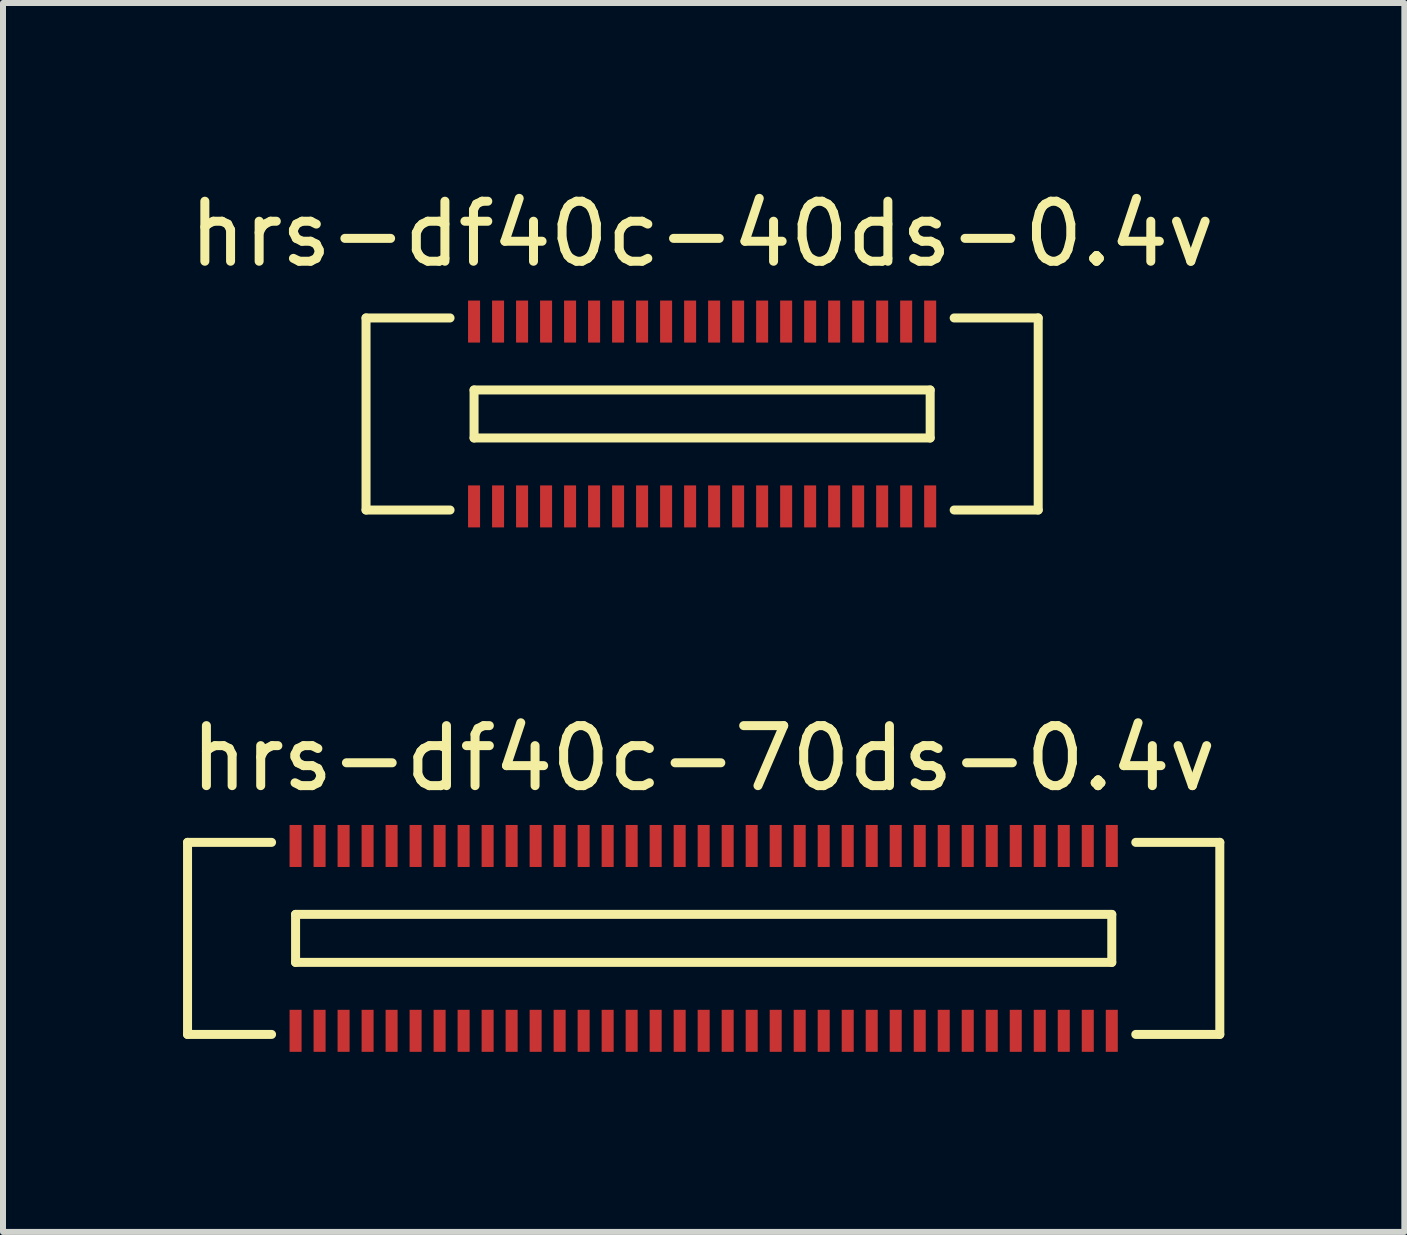
<source format=kicad_pcb>
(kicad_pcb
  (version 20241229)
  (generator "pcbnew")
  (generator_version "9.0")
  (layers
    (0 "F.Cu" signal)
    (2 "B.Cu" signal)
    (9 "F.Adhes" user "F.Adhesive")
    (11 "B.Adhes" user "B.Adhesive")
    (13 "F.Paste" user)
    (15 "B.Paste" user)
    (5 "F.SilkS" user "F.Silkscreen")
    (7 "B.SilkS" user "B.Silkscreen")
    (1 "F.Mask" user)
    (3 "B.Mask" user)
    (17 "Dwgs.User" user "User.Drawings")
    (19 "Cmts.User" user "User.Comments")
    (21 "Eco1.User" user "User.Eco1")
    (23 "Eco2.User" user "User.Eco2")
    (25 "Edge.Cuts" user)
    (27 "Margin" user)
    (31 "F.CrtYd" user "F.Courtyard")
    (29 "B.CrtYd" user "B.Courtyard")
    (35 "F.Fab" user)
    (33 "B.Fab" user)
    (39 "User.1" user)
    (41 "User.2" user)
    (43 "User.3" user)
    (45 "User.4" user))
  (footprint "hrs-df40c-40ds-0.4v"
    (layer "F.Cu")
    (at 8.649 3.848)
    (property "Reference" "hrs-df40c-40ds-0.4v" (at 0 -3 0) (layer "F.SilkS") (effects (font (size 1 1) (thickness 0.15))))
    (attr through_hole)
    (fp_line (start -5.6 -1.6) (end -5.6 1.6) (stroke (width 0.15) (type solid)) (layer "F.SilkS"))
    (fp_line (start -5.6 1.6) (end -4.2 1.6) (stroke (width 0.15) (type solid)) (layer "F.SilkS"))
    (fp_line (start -4.2 -1.6) (end -5.6 -1.6) (stroke (width 0.15) (type solid)) (layer "F.SilkS"))
    (fp_line (start -3.8 -0.4) (end -3.8 0.4) (stroke (width 0.15) (type solid)) (layer "F.SilkS"))
    (fp_line (start -3.8 0.4) (end 3.8 0.4) (stroke (width 0.15) (type solid)) (layer "F.SilkS"))
    (fp_line (start 3.8 -0.4) (end -3.8 -0.4) (stroke (width 0.15) (type solid)) (layer "F.SilkS"))
    (fp_line (start 3.8 0.4) (end 3.8 -0.4) (stroke (width 0.15) (type solid)) (layer "F.SilkS"))
    (fp_line (start 4.2 -1.6) (end 5.6 -1.6) (stroke (width 0.15) (type solid)) (layer "F.SilkS"))
    (fp_line (start 5.6 -1.6) (end 5.6 1.6) (stroke (width 0.15) (type solid)) (layer "F.SilkS"))
    (fp_line (start 5.6 1.6) (end 4.2 1.6) (stroke (width 0.15) (type solid)) (layer "F.SilkS"))
    (pad "1" smd rect (at 3.8 1.54) (size 0.2 0.7) (layers "F.Cu" "F.Mask" "F.Paste"))
    (pad "2" smd rect (at 3.4 1.54) (size 0.2 0.7) (layers "F.Cu" "F.Mask" "F.Paste"))
    (pad "3" smd rect (at 3 1.54) (size 0.2 0.7) (layers "F.Cu" "F.Mask" "F.Paste"))
    (pad "4" smd rect (at 2.6 1.54) (size 0.2 0.7) (layers "F.Cu" "F.Mask" "F.Paste"))
    (pad "5" smd rect (at 2.2 1.54) (size 0.2 0.7) (layers "F.Cu" "F.Mask" "F.Paste"))
    (pad "6" smd rect (at 1.8 1.54) (size 0.2 0.7) (layers "F.Cu" "F.Mask" "F.Paste"))
    (pad "7" smd rect (at 1.4 1.54) (size 0.2 0.7) (layers "F.Cu" "F.Mask" "F.Paste"))
    (pad "8" smd rect (at 1 1.54) (size 0.2 0.7) (layers "F.Cu" "F.Mask" "F.Paste"))
    (pad "9" smd rect (at 0.6 1.54) (size 0.2 0.7) (layers "F.Cu" "F.Mask" "F.Paste"))
    (pad "10" smd rect (at 0.2 1.54) (size 0.2 0.7) (layers "F.Cu" "F.Mask" "F.Paste"))
    (pad "11" smd rect (at -0.2 1.54) (size 0.2 0.7) (layers "F.Cu" "F.Mask" "F.Paste"))
    (pad "12" smd rect (at -0.6 1.54) (size 0.2 0.7) (layers "F.Cu" "F.Mask" "F.Paste"))
    (pad "13" smd rect (at -1 1.54) (size 0.2 0.7) (layers "F.Cu" "F.Mask" "F.Paste"))
    (pad "14" smd rect (at -1.4 1.54) (size 0.2 0.7) (layers "F.Cu" "F.Mask" "F.Paste"))
    (pad "15" smd rect (at -1.8 1.54) (size 0.2 0.7) (layers "F.Cu" "F.Mask" "F.Paste"))
    (pad "16" smd rect (at -2.2 1.54) (size 0.2 0.7) (layers "F.Cu" "F.Mask" "F.Paste"))
    (pad "17" smd rect (at -2.6 1.54) (size 0.2 0.7) (layers "F.Cu" "F.Mask" "F.Paste"))
    (pad "18" smd rect (at -3 1.54) (size 0.2 0.7) (layers "F.Cu" "F.Mask" "F.Paste"))
    (pad "19" smd rect (at -3.4 1.54) (size 0.2 0.7) (layers "F.Cu" "F.Mask" "F.Paste"))
    (pad "20" smd rect (at -3.8 1.54) (size 0.2 0.7) (layers "F.Cu" "F.Mask" "F.Paste"))
    (pad "21" smd rect (at 3.8 -1.54) (size 0.2 0.7) (layers "F.Cu" "F.Mask" "F.Paste"))
    (pad "22" smd rect (at 3.4 -1.54) (size 0.2 0.7) (layers "F.Cu" "F.Mask" "F.Paste"))
    (pad "23" smd rect (at 3 -1.54) (size 0.2 0.7) (layers "F.Cu" "F.Mask" "F.Paste"))
    (pad "24" smd rect (at 2.6 -1.54) (size 0.2 0.7) (layers "F.Cu" "F.Mask" "F.Paste"))
    (pad "25" smd rect (at 2.2 -1.54) (size 0.2 0.7) (layers "F.Cu" "F.Mask" "F.Paste"))
    (pad "26" smd rect (at 1.8 -1.54) (size 0.2 0.7) (layers "F.Cu" "F.Mask" "F.Paste"))
    (pad "27" smd rect (at 1.4 -1.54) (size 0.2 0.7) (layers "F.Cu" "F.Mask" "F.Paste"))
    (pad "28" smd rect (at 1 -1.54) (size 0.2 0.7) (layers "F.Cu" "F.Mask" "F.Paste"))
    (pad "29" smd rect (at 0.6 -1.54) (size 0.2 0.7) (layers "F.Cu" "F.Mask" "F.Paste"))
    (pad "30" smd rect (at 0.2 -1.54) (size 0.2 0.7) (layers "F.Cu" "F.Mask" "F.Paste"))
    (pad "31" smd rect (at -0.2 -1.54) (size 0.2 0.7) (layers "F.Cu" "F.Mask" "F.Paste"))
    (pad "32" smd rect (at -0.6 -1.54) (size 0.2 0.7) (layers "F.Cu" "F.Mask" "F.Paste"))
    (pad "33" smd rect (at -1 -1.54) (size 0.2 0.7) (layers "F.Cu" "F.Mask" "F.Paste"))
    (pad "34" smd rect (at -1.4 -1.54) (size 0.2 0.7) (layers "F.Cu" "F.Mask" "F.Paste"))
    (pad "35" smd rect (at -1.8 -1.54) (size 0.2 0.7) (layers "F.Cu" "F.Mask" "F.Paste"))
    (pad "36" smd rect (at -2.2 -1.54) (size 0.2 0.7) (layers "F.Cu" "F.Mask" "F.Paste"))
    (pad "37" smd rect (at -2.6 -1.54) (size 0.2 0.7) (layers "F.Cu" "F.Mask" "F.Paste"))
    (pad "38" smd rect (at -3 -1.54) (size 0.2 0.7) (layers "F.Cu" "F.Mask" "F.Paste"))
    (pad "39" smd rect (at -3.4 -1.54) (size 0.2 0.7) (layers "F.Cu" "F.Mask" "F.Paste"))
    (pad "40" smd rect (at -3.8 -1.54) (size 0.2 0.7) (layers "F.Cu" "F.Mask" "F.Paste")))
  (footprint "hrs-df40c-70ds-0.4v"
    (layer "F.Cu")
    (at 8.675 12.586)
    (property "Reference" "hrs-df40c-70ds-0.4v" (at 0 -3 0) (layer "F.SilkS") (effects (font (size 1 1) (thickness 0.15))))
    (attr through_hole)
    (fp_line (start -8.6 -1.6) (end -8.6 1.6) (stroke (width 0.15) (type solid)) (layer "F.SilkS"))
    (fp_line (start -8.6 1.6) (end -7.2 1.6) (stroke (width 0.15) (type solid)) (layer "F.SilkS"))
    (fp_line (start -7.2 -1.6) (end -8.6 -1.6) (stroke (width 0.15) (type solid)) (layer "F.SilkS"))
    (fp_line (start -6.8 -0.4) (end -6.8 0.4) (stroke (width 0.15) (type solid)) (layer "F.SilkS"))
    (fp_line (start -6.8 -0.4) (end 6.8 -0.4) (stroke (width 0.15) (type solid)) (layer "F.SilkS"))
    (fp_line (start 6.8 0.4) (end -6.8 0.4) (stroke (width 0.15) (type solid)) (layer "F.SilkS"))
    (fp_line (start 6.8 0.4) (end 6.8 -0.4) (stroke (width 0.15) (type solid)) (layer "F.SilkS"))
    (fp_line (start 7.2 -1.6) (end 8.6 -1.6) (stroke (width 0.15) (type solid)) (layer "F.SilkS"))
    (fp_line (start 8.6 -1.6) (end 8.6 1.6) (stroke (width 0.15) (type solid)) (layer "F.SilkS"))
    (fp_line (start 8.6 1.6) (end 7.2 1.6) (stroke (width 0.15) (type solid)) (layer "F.SilkS"))
    (pad "1" smd rect (at 6.8 1.54) (size 0.2 0.7) (layers "F.Cu" "F.Mask" "F.Paste"))
    (pad "2" smd rect (at 6.4 1.54) (size 0.2 0.7) (layers "F.Cu" "F.Mask" "F.Paste"))
    (pad "3" smd rect (at 6 1.54) (size 0.2 0.7) (layers "F.Cu" "F.Mask" "F.Paste"))
    (pad "4" smd rect (at 5.6 1.54) (size 0.2 0.7) (layers "F.Cu" "F.Mask" "F.Paste"))
    (pad "5" smd rect (at 5.2 1.54) (size 0.2 0.7) (layers "F.Cu" "F.Mask" "F.Paste"))
    (pad "6" smd rect (at 4.8 1.54) (size 0.2 0.7) (layers "F.Cu" "F.Mask" "F.Paste"))
    (pad "7" smd rect (at 4.4 1.54) (size 0.2 0.7) (layers "F.Cu" "F.Mask" "F.Paste"))
    (pad "8" smd rect (at 4 1.54) (size 0.2 0.7) (layers "F.Cu" "F.Mask" "F.Paste"))
    (pad "9" smd rect (at 3.6 1.54) (size 0.2 0.7) (layers "F.Cu" "F.Mask" "F.Paste"))
    (pad "10" smd rect (at 3.2 1.54) (size 0.2 0.7) (layers "F.Cu" "F.Mask" "F.Paste"))
    (pad "11" smd rect (at 2.8 1.54) (size 0.2 0.7) (layers "F.Cu" "F.Mask" "F.Paste"))
    (pad "12" smd rect (at 2.4 1.54) (size 0.2 0.7) (layers "F.Cu" "F.Mask" "F.Paste"))
    (pad "13" smd rect (at 2 1.54) (size 0.2 0.7) (layers "F.Cu" "F.Mask" "F.Paste"))
    (pad "14" smd rect (at 1.6 1.54) (size 0.2 0.7) (layers "F.Cu" "F.Mask" "F.Paste"))
    (pad "15" smd rect (at 1.2 1.54) (size 0.2 0.7) (layers "F.Cu" "F.Mask" "F.Paste"))
    (pad "16" smd rect (at 0.8 1.54) (size 0.2 0.7) (layers "F.Cu" "F.Mask" "F.Paste"))
    (pad "17" smd rect (at 0.4 1.54) (size 0.2 0.7) (layers "F.Cu" "F.Mask" "F.Paste"))
    (pad "18" smd rect (at 0 1.54) (size 0.2 0.7) (layers "F.Cu" "F.Mask" "F.Paste"))
    (pad "19" smd rect (at -0.4 1.54) (size 0.2 0.7) (layers "F.Cu" "F.Mask" "F.Paste"))
    (pad "20" smd rect (at -0.8 1.54) (size 0.2 0.7) (layers "F.Cu" "F.Mask" "F.Paste"))
    (pad "21" smd rect (at -1.2 1.54) (size 0.2 0.7) (layers "F.Cu" "F.Mask" "F.Paste"))
    (pad "22" smd rect (at -1.6 1.54) (size 0.2 0.7) (layers "F.Cu" "F.Mask" "F.Paste"))
    (pad "23" smd rect (at -2 1.54) (size 0.2 0.7) (layers "F.Cu" "F.Mask" "F.Paste"))
    (pad "24" smd rect (at -2.4 1.54) (size 0.2 0.7) (layers "F.Cu" "F.Mask" "F.Paste"))
    (pad "25" smd rect (at -2.8 1.54) (size 0.2 0.7) (layers "F.Cu" "F.Mask" "F.Paste"))
    (pad "26" smd rect (at -3.2 1.54) (size 0.2 0.7) (layers "F.Cu" "F.Mask" "F.Paste"))
    (pad "27" smd rect (at -3.6 1.54) (size 0.2 0.7) (layers "F.Cu" "F.Mask" "F.Paste"))
    (pad "28" smd rect (at -4 1.54) (size 0.2 0.7) (layers "F.Cu" "F.Mask" "F.Paste"))
    (pad "29" smd rect (at -4.4 1.54) (size 0.2 0.7) (layers "F.Cu" "F.Mask" "F.Paste"))
    (pad "30" smd rect (at -4.8 1.54) (size 0.2 0.7) (layers "F.Cu" "F.Mask" "F.Paste"))
    (pad "31" smd rect (at -5.2 1.54) (size 0.2 0.7) (layers "F.Cu" "F.Mask" "F.Paste"))
    (pad "32" smd rect (at -5.6 1.54) (size 0.2 0.7) (layers "F.Cu" "F.Mask" "F.Paste"))
    (pad "33" smd rect (at -6 1.54) (size 0.2 0.7) (layers "F.Cu" "F.Mask" "F.Paste"))
    (pad "34" smd rect (at -6.4 1.54) (size 0.2 0.7) (layers "F.Cu" "F.Mask" "F.Paste"))
    (pad "35" smd rect (at -6.8 1.54) (size 0.2 0.7) (layers "F.Cu" "F.Mask" "F.Paste"))
    (pad "36" smd rect (at 6.8 -1.54) (size 0.2 0.7) (layers "F.Cu" "F.Mask" "F.Paste"))
    (pad "37" smd rect (at 6.4 -1.54) (size 0.2 0.7) (layers "F.Cu" "F.Mask" "F.Paste"))
    (pad "38" smd rect (at 6 -1.54) (size 0.2 0.7) (layers "F.Cu" "F.Mask" "F.Paste"))
    (pad "39" smd rect (at 5.6 -1.54) (size 0.2 0.7) (layers "F.Cu" "F.Mask" "F.Paste"))
    (pad "40" smd rect (at 5.2 -1.54) (size 0.2 0.7) (layers "F.Cu" "F.Mask" "F.Paste"))
    (pad "41" smd rect (at 4.8 -1.54) (size 0.2 0.7) (layers "F.Cu" "F.Mask" "F.Paste"))
    (pad "42" smd rect (at 4.4 -1.54) (size 0.2 0.7) (layers "F.Cu" "F.Mask" "F.Paste"))
    (pad "43" smd rect (at 4 -1.54) (size 0.2 0.7) (layers "F.Cu" "F.Mask" "F.Paste"))
    (pad "44" smd rect (at 3.6 -1.54) (size 0.2 0.7) (layers "F.Cu" "F.Mask" "F.Paste"))
    (pad "45" smd rect (at 3.2 -1.54) (size 0.2 0.7) (layers "F.Cu" "F.Mask" "F.Paste"))
    (pad "46" smd rect (at 2.8 -1.54) (size 0.2 0.7) (layers "F.Cu" "F.Mask" "F.Paste"))
    (pad "47" smd rect (at 2.4 -1.54) (size 0.2 0.7) (layers "F.Cu" "F.Mask" "F.Paste"))
    (pad "48" smd rect (at 2 -1.54) (size 0.2 0.7) (layers "F.Cu" "F.Mask" "F.Paste"))
    (pad "49" smd rect (at 1.6 -1.54) (size 0.2 0.7) (layers "F.Cu" "F.Mask" "F.Paste"))
    (pad "50" smd rect (at 1.2 -1.54) (size 0.2 0.7) (layers "F.Cu" "F.Mask" "F.Paste"))
    (pad "51" smd rect (at 0.8 -1.54) (size 0.2 0.7) (layers "F.Cu" "F.Mask" "F.Paste"))
    (pad "52" smd rect (at 0.4 -1.54) (size 0.2 0.7) (layers "F.Cu" "F.Mask" "F.Paste"))
    (pad "53" smd rect (at 0 -1.54) (size 0.2 0.7) (layers "F.Cu" "F.Mask" "F.Paste"))
    (pad "54" smd rect (at -0.4 -1.54) (size 0.2 0.7) (layers "F.Cu" "F.Mask" "F.Paste"))
    (pad "55" smd rect (at -0.8 -1.54) (size 0.2 0.7) (layers "F.Cu" "F.Mask" "F.Paste"))
    (pad "56" smd rect (at -1.2 -1.54) (size 0.2 0.7) (layers "F.Cu" "F.Mask" "F.Paste"))
    (pad "57" smd rect (at -1.6 -1.54) (size 0.2 0.7) (layers "F.Cu" "F.Mask" "F.Paste"))
    (pad "58" smd rect (at -2 -1.54) (size 0.2 0.7) (layers "F.Cu" "F.Mask" "F.Paste"))
    (pad "59" smd rect (at -2.4 -1.54) (size 0.2 0.7) (layers "F.Cu" "F.Mask" "F.Paste"))
    (pad "60" smd rect (at -2.8 -1.54) (size 0.2 0.7) (layers "F.Cu" "F.Mask" "F.Paste"))
    (pad "61" smd rect (at -3.2 -1.54) (size 0.2 0.7) (layers "F.Cu" "F.Mask" "F.Paste"))
    (pad "62" smd rect (at -3.6 -1.54) (size 0.2 0.7) (layers "F.Cu" "F.Mask" "F.Paste"))
    (pad "63" smd rect (at -4 -1.54) (size 0.2 0.7) (layers "F.Cu" "F.Mask" "F.Paste"))
    (pad "64" smd rect (at -4.4 -1.54) (size 0.2 0.7) (layers "F.Cu" "F.Mask" "F.Paste"))
    (pad "65" smd rect (at -4.8 -1.54) (size 0.2 0.7) (layers "F.Cu" "F.Mask" "F.Paste"))
    (pad "66" smd rect (at -5.2 -1.54) (size 0.2 0.7) (layers "F.Cu" "F.Mask" "F.Paste"))
    (pad "67" smd rect (at -5.6 -1.54) (size 0.2 0.7) (layers "F.Cu" "F.Mask" "F.Paste"))
    (pad "68" smd rect (at -6 -1.54) (size 0.2 0.7) (layers "F.Cu" "F.Mask" "F.Paste"))
    (pad "69" smd rect (at -6.4 -1.54) (size 0.2 0.7) (layers "F.Cu" "F.Mask" "F.Paste"))
    (pad "70" smd rect (at -6.8 -1.54) (size 0.2 0.7) (layers "F.Cu" "F.Mask" "F.Paste")))
  (gr_rect
    (start -3 -3)
    (end 20.35 17.477)
    (stroke (width 0.1) (type default))
    (fill no)
    (layer "Edge.Cuts")))
</source>
